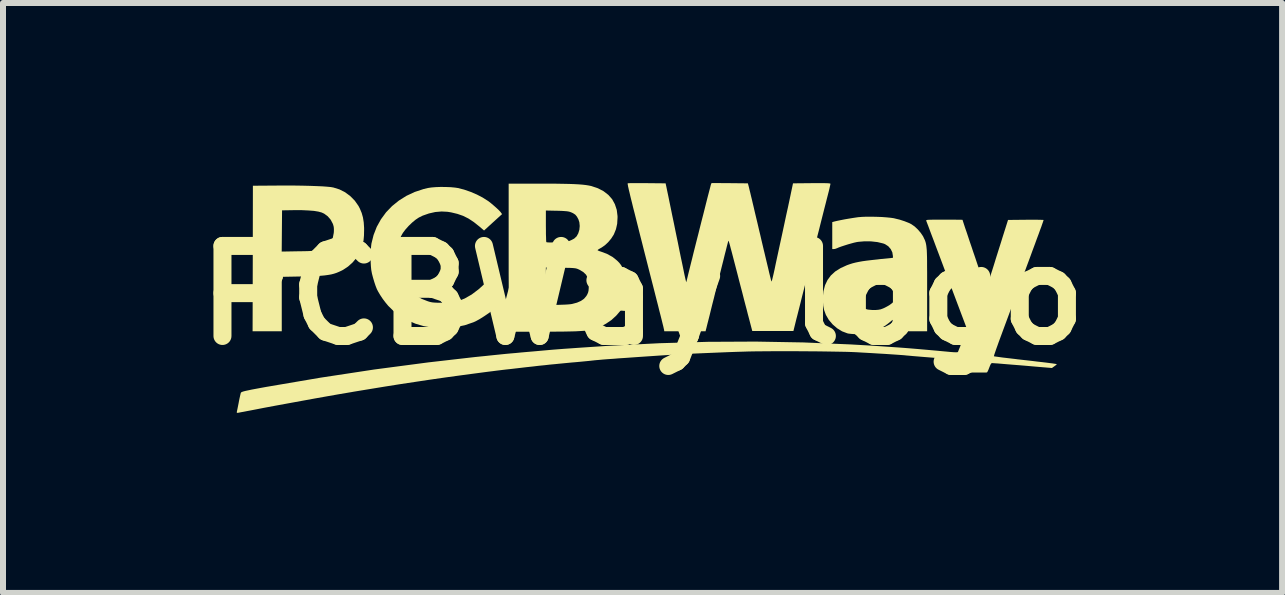
<source format=kicad_pcb>
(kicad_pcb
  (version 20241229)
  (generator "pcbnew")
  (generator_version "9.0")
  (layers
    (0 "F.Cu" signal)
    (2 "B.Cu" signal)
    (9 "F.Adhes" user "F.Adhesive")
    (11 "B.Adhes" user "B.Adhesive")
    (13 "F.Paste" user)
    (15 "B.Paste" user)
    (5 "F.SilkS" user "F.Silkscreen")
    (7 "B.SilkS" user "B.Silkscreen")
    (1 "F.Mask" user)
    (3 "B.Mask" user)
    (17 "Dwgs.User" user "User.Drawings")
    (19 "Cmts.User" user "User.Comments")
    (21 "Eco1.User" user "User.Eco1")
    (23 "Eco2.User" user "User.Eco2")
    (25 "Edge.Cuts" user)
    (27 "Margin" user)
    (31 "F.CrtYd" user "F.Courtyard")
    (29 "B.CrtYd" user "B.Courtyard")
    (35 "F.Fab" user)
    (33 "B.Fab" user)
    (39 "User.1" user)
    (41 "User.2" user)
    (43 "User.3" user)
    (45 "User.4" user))
  (footprint "PCBWay logo"
    (layer "F.Cu")
    (at 7.657 1.87)
    (property "Reference" "PCBWay logo" (at 0 0 0) (layer "F.SilkS") (effects (font (size 1.5 1.5) (thickness 0.3))))
    (attr board_only exclude_from_pos_files exclude_from_bom)
    (fp_poly (pts (xy -5.793 -1.828) (xy -5.662 -1.826) (xy -5.541 -1.823) (xy -5.433 -1.819) (xy -5.337 -1.815) (xy -5.257 -1.809) (xy -5.194 -1.803) (xy -5.15 -1.795) (xy -5.051 -1.764) (xy -4.956 -1.716) (xy -4.87 -1.652) (xy -4.795 -1.576) (xy -4.734 -1.489) (xy -4.711 -1.445) (xy -4.68 -1.371) (xy -4.659 -1.296) (xy -4.646 -1.215) (xy -4.64 -1.123) (xy -4.64 -1.085) (xy -4.642 -0.994) (xy -4.649 -0.917) (xy -4.662 -0.849) (xy -4.683 -0.783) (xy -4.712 -0.716) (xy -4.715 -0.71) (xy -4.765 -0.626) (xy -4.831 -0.547) (xy -4.908 -0.478) (xy -4.991 -0.423) (xy -5.012 -0.412) (xy -5.057 -0.391) (xy -5.1 -0.373) (xy -5.143 -0.359) (xy -5.19 -0.347) (xy -5.243 -0.338) (xy -5.303 -0.33) (xy -5.373 -0.324) (xy -5.457 -0.32) (xy -5.555 -0.317) (xy -5.67 -0.314) (xy -5.69 -0.313) (xy -6.012 -0.307) (xy -6.012 0.147) (xy -6.012 0.6) (xy -6.255 0.6) (xy -6.498 0.6) (xy -6.495 -0.613) (xy -6.495 -0.728) (xy -6.013 -0.728) (xy -5.73 -0.733) (xy -5.64 -0.734) (xy -5.568 -0.736) (xy -5.511 -0.739) (xy -5.466 -0.741) (xy -5.432 -0.745) (xy -5.405 -0.75) (xy -5.387 -0.754) (xy -5.308 -0.785) (xy -5.244 -0.829) (xy -5.195 -0.886) (xy -5.162 -0.955) (xy -5.146 -1.036) (xy -5.144 -1.055) (xy -5.143 -1.103) (xy -5.146 -1.139) (xy -5.155 -1.174) (xy -5.163 -1.195) (xy -5.197 -1.259) (xy -5.246 -1.316) (xy -5.306 -1.36) (xy -5.347 -1.379) (xy -5.402 -1.394) (xy -5.475 -1.406) (xy -5.566 -1.413) (xy -5.674 -1.418) (xy -5.799 -1.418) (xy -5.827 -1.418) (xy -6.007 -1.415) (xy -6.01 -1.071) (xy -6.013 -0.728) (xy -6.495 -0.728) (xy -6.493 -1.825) (xy -6.08 -1.828) (xy -5.933 -1.828)) (stroke (width 0) (type solid)) (fill yes) (layer "F.SilkS"))
    (fp_poly (pts (xy -3.279 -1.804) (xy -3.197 -1.801) (xy -3.124 -1.794) (xy -3.078 -1.787) (xy -2.975 -1.761) (xy -2.868 -1.724) (xy -2.762 -1.679) (xy -2.664 -1.628) (xy -2.579 -1.574) (xy -2.567 -1.566) (xy -2.52 -1.529) (xy -2.473 -1.489) (xy -2.429 -1.45) (xy -2.392 -1.415) (xy -2.367 -1.388) (xy -2.362 -1.381) (xy -2.341 -1.352) (xy -2.491 -1.216) (xy -2.641 -1.079) (xy -2.718 -1.145) (xy -2.811 -1.219) (xy -2.9 -1.278) (xy -2.99 -1.323) (xy -3.085 -1.356) (xy -3.189 -1.381) (xy -3.25 -1.391) (xy -3.348 -1.396) (xy -3.454 -1.387) (xy -3.56 -1.363) (xy -3.663 -1.327) (xy -3.728 -1.295) (xy -3.782 -1.259) (xy -3.84 -1.211) (xy -3.898 -1.155) (xy -3.95 -1.097) (xy -3.993 -1.04) (xy -4.013 -1.005) (xy -4.043 -0.946) (xy -4.064 -0.895) (xy -4.079 -0.847) (xy -4.089 -0.796) (xy -4.094 -0.737) (xy -4.096 -0.666) (xy -4.096 -0.625) (xy -4.096 -0.561) (xy -4.095 -0.512) (xy -4.092 -0.475) (xy -4.088 -0.445) (xy -4.082 -0.418) (xy -4.074 -0.389) (xy -4.07 -0.378) (xy -4.022 -0.265) (xy -3.958 -0.164) (xy -3.88 -0.075) (xy -3.787 -0.001) (xy -3.68 0.06) (xy -3.586 0.097) (xy -3.556 0.107) (xy -3.529 0.114) (xy -3.501 0.119) (xy -3.469 0.122) (xy -3.427 0.124) (xy -3.373 0.124) (xy -3.331 0.125) (xy -3.265 0.124) (xy -3.215 0.124) (xy -3.177 0.121) (xy -3.146 0.118) (xy -3.118 0.112) (xy -3.089 0.104) (xy -3.082 0.102) (xy -2.964 0.054) (xy -2.848 -0.012) (xy -2.734 -0.098) (xy -2.697 -0.131) (xy -2.638 -0.185) (xy -2.524 -0.065) (xy -2.484 -0.022) (xy -2.446 0.019) (xy -2.415 0.053) (xy -2.392 0.078) (xy -2.384 0.088) (xy -2.358 0.121) (xy -2.382 0.146) (xy -2.431 0.193) (xy -2.493 0.245) (xy -2.563 0.298) (xy -2.638 0.349) (xy -2.711 0.395) (xy -2.778 0.432) (xy -2.818 0.45) (xy -2.961 0.499) (xy -3.113 0.531) (xy -3.272 0.547) (xy -3.437 0.545) (xy -3.504 0.539) (xy -3.645 0.515) (xy -3.784 0.474) (xy -3.916 0.417) (xy -4.039 0.345) (xy -4.151 0.261) (xy -4.237 0.177) (xy -4.282 0.123) (xy -4.329 0.061) (xy -4.372 -0.004) (xy -4.408 -0.065) (xy -4.427 -0.102) (xy -4.448 -0.155) (xy -4.47 -0.221) (xy -4.491 -0.292) (xy -4.509 -0.36) (xy -4.52 -0.419) (xy -4.521 -0.425) (xy -4.526 -0.476) (xy -4.53 -0.541) (xy -4.531 -0.613) (xy -4.53 -0.687) (xy -4.528 -0.757) (xy -4.523 -0.818) (xy -4.518 -0.86) (xy -4.482 -1.004) (xy -4.429 -1.14) (xy -4.359 -1.266) (xy -4.274 -1.382) (xy -4.174 -1.486) (xy -4.06 -1.578) (xy -3.934 -1.657) (xy -3.797 -1.721) (xy -3.649 -1.77) (xy -3.579 -1.787) (xy -3.519 -1.796) (xy -3.446 -1.802) (xy -3.364 -1.805)) (stroke (width 0) (type solid)) (fill yes) (layer "F.SilkS"))
    (fp_poly (pts (xy 3.902 -1.307) (xy 3.987 -1.304) (xy 4.067 -1.298) (xy 4.137 -1.291) (xy 4.192 -1.283) (xy 4.197 -1.281) (xy 4.284 -1.26) (xy 4.364 -1.234) (xy 4.433 -1.207) (xy 4.481 -1.183) (xy 4.534 -1.146) (xy 4.587 -1.096) (xy 4.635 -1.04) (xy 4.673 -0.984) (xy 4.68 -0.97) (xy 4.691 -0.946) (xy 4.702 -0.924) (xy 4.71 -0.903) (xy 4.717 -0.881) (xy 4.723 -0.856) (xy 4.728 -0.828) (xy 4.732 -0.793) (xy 4.736 -0.752) (xy 4.738 -0.702) (xy 4.74 -0.641) (xy 4.741 -0.569) (xy 4.741 -0.484) (xy 4.742 -0.383) (xy 4.742 -0.266) (xy 4.742 -0.131) (xy 4.742 -0.093) (xy 4.742 0.6) (xy 4.457 0.6) (xy 4.172 0.6) (xy 4.17 0.505) (xy 4.167 0.409) (xy 4.092 0.471) (xy 4.039 0.51) (xy 3.976 0.548) (xy 3.91 0.584) (xy 3.844 0.613) (xy 3.786 0.633) (xy 3.763 0.639) (xy 3.721 0.645) (xy 3.666 0.648) (xy 3.604 0.649) (xy 3.541 0.648) (xy 3.482 0.644) (xy 3.434 0.639) (xy 3.412 0.634) (xy 3.325 0.601) (xy 3.242 0.55) (xy 3.168 0.486) (xy 3.104 0.411) (xy 3.055 0.327) (xy 3.025 0.246) (xy 3.011 0.176) (xy 3.005 0.095) (xy 3.006 0.023) (xy 3.592 0.023) (xy 3.597 0.092) (xy 3.616 0.148) (xy 3.648 0.191) (xy 3.694 0.221) (xy 3.755 0.239) (xy 3.832 0.246) (xy 3.879 0.246) (xy 3.928 0.242) (xy 3.966 0.235) (xy 4.005 0.221) (xy 4.034 0.208) (xy 4.074 0.187) (xy 4.111 0.166) (xy 4.137 0.147) (xy 4.139 0.146) (xy 4.172 0.118) (xy 4.172 -0.077) (xy 4.172 -0.272) (xy 4.094 -0.265) (xy 4.021 -0.257) (xy 3.947 -0.246) (xy 3.876 -0.233) (xy 3.813 -0.219) (xy 3.763 -0.205) (xy 3.749 -0.2) (xy 3.685 -0.169) (xy 3.639 -0.131) (xy 3.609 -0.082) (xy 3.594 -0.022) (xy 3.592 0.023) (xy 3.006 0.023) (xy 3.006 0.011) (xy 3.014 -0.066) (xy 3.015 -0.07) (xy 3.041 -0.168) (xy 3.082 -0.254) (xy 3.138 -0.33) (xy 3.21 -0.396) (xy 3.299 -0.452) (xy 3.406 -0.501) (xy 3.457 -0.519) (xy 3.502 -0.533) (xy 3.55 -0.545) (xy 3.603 -0.556) (xy 3.664 -0.567) (xy 3.736 -0.577) (xy 3.821 -0.587) (xy 3.923 -0.598) (xy 3.954 -0.602) (xy 4.172 -0.624) (xy 4.172 -0.653) (xy 4.162 -0.715) (xy 4.135 -0.77) (xy 4.094 -0.817) (xy 4.04 -0.852) (xy 4.011 -0.863) (xy 3.915 -0.886) (xy 3.808 -0.898) (xy 3.698 -0.899) (xy 3.592 -0.89) (xy 3.563 -0.885) (xy 3.523 -0.876) (xy 3.472 -0.862) (xy 3.416 -0.846) (xy 3.36 -0.828) (xy 3.308 -0.811) (xy 3.265 -0.795) (xy 3.236 -0.782) (xy 3.234 -0.782) (xy 3.207 -0.772) (xy 3.187 -0.77) (xy 3.161 -0.77) (xy 3.161 -0.995) (xy 3.161 -1.219) (xy 3.201 -1.23) (xy 3.244 -1.24) (xy 3.302 -1.252) (xy 3.368 -1.265) (xy 3.438 -1.277) (xy 3.506 -1.288) (xy 3.566 -1.297) (xy 3.594 -1.301) (xy 3.657 -1.306) (xy 3.732 -1.309) (xy 3.815 -1.309)) (stroke (width 0) (type solid)) (fill yes) (layer "F.SilkS"))
    (fp_poly (pts (xy -1.718 -1.86) (xy -1.568 -1.86) (xy -1.436 -1.859) (xy -1.322 -1.857) (xy -1.222 -1.855) (xy -1.137 -1.852) (xy -1.064 -1.848) (xy -1.001 -1.843) (xy -0.948 -1.837) (xy -0.903 -1.83) (xy -0.863 -1.822) (xy -0.854 -1.82) (xy -0.744 -1.783) (xy -0.65 -1.734) (xy -0.571 -1.673) (xy -0.507 -1.601) (xy -0.461 -1.517) (xy -0.43 -1.423) (xy -0.417 -1.319) (xy -0.417 -1.29) (xy -0.423 -1.19) (xy -0.443 -1.101) (xy -0.477 -1.017) (xy -0.483 -1.006) (xy -0.522 -0.945) (xy -0.572 -0.885) (xy -0.628 -0.833) (xy -0.684 -0.794) (xy -0.69 -0.791) (xy -0.72 -0.774) (xy -0.742 -0.76) (xy -0.75 -0.751) (xy -0.75 -0.751) (xy -0.741 -0.745) (xy -0.718 -0.735) (xy -0.69 -0.726) (xy -0.593 -0.69) (xy -0.501 -0.639) (xy -0.426 -0.579) (xy -0.388 -0.541) (xy -0.358 -0.502) (xy -0.334 -0.46) (xy -0.316 -0.412) (xy -0.303 -0.356) (xy -0.296 -0.289) (xy -0.292 -0.208) (xy -0.291 -0.112) (xy -0.292 -0.064) (xy -0.293 0.002) (xy -0.295 0.052) (xy -0.297 0.089) (xy -0.3 0.116) (xy -0.305 0.138) (xy -0.311 0.156) (xy -0.32 0.176) (xy -0.322 0.18) (xy -0.372 0.262) (xy -0.439 0.34) (xy -0.518 0.412) (xy -0.606 0.472) (xy -0.655 0.499) (xy -0.695 0.519) (xy -0.732 0.535) (xy -0.768 0.55) (xy -0.804 0.562) (xy -0.842 0.572) (xy -0.884 0.581) (xy -0.931 0.588) (xy -0.986 0.593) (xy -1.049 0.597) (xy -1.123 0.601) (xy -1.21 0.603) (xy -1.311 0.605) (xy -1.428 0.606) (xy -1.563 0.607) (xy -1.616 0.607) (xy -1.724 0.608) (xy -1.825 0.608) (xy -1.919 0.608) (xy -2.004 0.608) (xy -2.077 0.608) (xy -2.138 0.607) (xy -2.184 0.606) (xy -2.213 0.605) (xy -2.223 0.604) (xy -2.224 0.593) (xy -2.225 0.564) (xy -2.226 0.517) (xy -2.227 0.453) (xy -2.228 0.375) (xy -2.228 0.282) (xy -2.229 0.177) (xy -2.23 0.06) (xy -2.23 -0.067) (xy -2.23 -0.158) (xy -1.611 -0.158) (xy -1.61 -0.081) (xy -1.61 -0.012) (xy -1.609 0.049) (xy -1.608 0.098) (xy -1.606 0.133) (xy -1.605 0.151) (xy -1.604 0.153) (xy -1.59 0.157) (xy -1.56 0.159) (xy -1.518 0.161) (xy -1.466 0.161) (xy -1.409 0.16) (xy -1.351 0.158) (xy -1.294 0.156) (xy -1.243 0.153) (xy -1.201 0.149) (xy -1.175 0.145) (xy -1.092 0.123) (xy -1.026 0.094) (xy -0.975 0.058) (xy -0.936 0.012) (xy -0.919 -0.018) (xy -0.907 -0.047) (xy -0.9 -0.078) (xy -0.897 -0.117) (xy -0.896 -0.155) (xy -0.9 -0.232) (xy -0.915 -0.293) (xy -0.942 -0.343) (xy -0.984 -0.384) (xy -1.042 -0.42) (xy -1.06 -0.429) (xy -1.078 -0.437) (xy -1.094 -0.443) (xy -1.113 -0.448) (xy -1.135 -0.451) (xy -1.166 -0.454) (xy -1.206 -0.456) (xy -1.26 -0.457) (xy -1.329 -0.458) (xy -1.363 -0.458) (xy -1.611 -0.462) (xy -1.611 -0.158) (xy -2.23 -0.158) (xy -2.23 -0.202) (xy -2.231 -0.346) (xy -2.231 -0.497) (xy -2.231 -0.632) (xy -2.231 -1.153) (xy -1.611 -1.153) (xy -1.61 -1.082) (xy -1.61 -1.019) (xy -1.608 -0.965) (xy -1.607 -0.922) (xy -1.605 -0.895) (xy -1.603 -0.885) (xy -1.59 -0.882) (xy -1.56 -0.88) (xy -1.518 -0.88) (xy -1.469 -0.881) (xy -1.415 -0.884) (xy -1.36 -0.887) (xy -1.309 -0.892) (xy -1.265 -0.896) (xy -1.233 -0.902) (xy -1.22 -0.905) (xy -1.183 -0.921) (xy -1.145 -0.941) (xy -1.137 -0.946) (xy -1.099 -0.982) (xy -1.071 -1.032) (xy -1.053 -1.091) (xy -1.047 -1.154) (xy -1.053 -1.216) (xy -1.069 -1.265) (xy -1.094 -1.311) (xy -1.122 -1.344) (xy -1.159 -1.368) (xy -1.19 -1.382) (xy -1.212 -1.39) (xy -1.236 -1.396) (xy -1.265 -1.4) (xy -1.302 -1.403) (xy -1.351 -1.406) (xy -1.415 -1.408) (xy -1.428 -1.408) (xy -1.611 -1.412) (xy -1.611 -1.153) (xy -2.231 -1.153) (xy -2.231 -1.86)) (stroke (width 0) (type solid)) (fill yes) (layer "F.SilkS"))
    (fp_poly (pts (xy 1.453 -1.868) (xy 1.755 -1.865) (xy 1.767 -1.82) (xy 1.773 -1.797) (xy 1.782 -1.758) (xy 1.795 -1.707) (xy 1.809 -1.647) (xy 1.825 -1.582) (xy 1.831 -1.555) (xy 1.85 -1.476) (xy 1.87 -1.389) (xy 1.891 -1.301) (xy 1.911 -1.218) (xy 1.927 -1.15) (xy 1.942 -1.085) (xy 1.961 -1.007) (xy 1.981 -0.92) (xy 2.002 -0.831) (xy 2.022 -0.746) (xy 2.031 -0.71) (xy 2.057 -0.6) (xy 2.079 -0.508) (xy 2.097 -0.433) (xy 2.111 -0.372) (xy 2.123 -0.324) (xy 2.132 -0.288) (xy 2.138 -0.263) (xy 2.143 -0.246) (xy 2.147 -0.235) (xy 2.149 -0.231) (xy 2.151 -0.23) (xy 2.154 -0.239) (xy 2.161 -0.265) (xy 2.171 -0.305) (xy 2.183 -0.356) (xy 2.196 -0.414) (xy 2.199 -0.427) (xy 2.215 -0.505) (xy 2.234 -0.594) (xy 2.254 -0.686) (xy 2.273 -0.774) (xy 2.285 -0.83) (xy 2.326 -1.018) (xy 2.362 -1.186) (xy 2.394 -1.336) (xy 2.423 -1.467) (xy 2.447 -1.58) (xy 2.467 -1.675) (xy 2.47 -1.69) (xy 2.507 -1.865) (xy 2.819 -1.868) (xy 2.91 -1.868) (xy 2.982 -1.868) (xy 3.038 -1.868) (xy 3.079 -1.867) (xy 3.107 -1.865) (xy 3.124 -1.862) (xy 3.131 -1.859) (xy 3.131 -1.858) (xy 3.129 -1.844) (xy 3.122 -1.814) (xy 3.113 -1.773) (xy 3.101 -1.724) (xy 3.096 -1.705) (xy 3.085 -1.662) (xy 3.07 -1.604) (xy 3.052 -1.532) (xy 3.031 -1.451) (xy 3.009 -1.364) (xy 2.986 -1.273) (xy 2.965 -1.19) (xy 2.943 -1.101) (xy 2.916 -0.997) (xy 2.887 -0.881) (xy 2.856 -0.758) (xy 2.824 -0.632) (xy 2.792 -0.507) (xy 2.761 -0.386) (xy 2.739 -0.3) (xy 2.713 -0.194) (xy 2.686 -0.088) (xy 2.659 0.016) (xy 2.635 0.114) (xy 2.612 0.205) (xy 2.592 0.284) (xy 2.575 0.351) (xy 2.562 0.4) (xy 2.561 0.405) (xy 2.514 0.595) (xy 2.171 0.595) (xy 1.828 0.595) (xy 1.769 0.37) (xy 1.754 0.314) (xy 1.736 0.242) (xy 1.713 0.156) (xy 1.688 0.06) (xy 1.662 -0.043) (xy 1.634 -0.149) (xy 1.606 -0.257) (xy 1.581 -0.355) (xy 1.55 -0.474) (xy 1.524 -0.574) (xy 1.502 -0.659) (xy 1.484 -0.728) (xy 1.469 -0.783) (xy 1.458 -0.826) (xy 1.449 -0.859) (xy 1.442 -0.881) (xy 1.437 -0.896) (xy 1.434 -0.904) (xy 1.432 -0.907) (xy 1.43 -0.906) (xy 1.428 -0.903) (xy 1.427 -0.9) (xy 1.424 -0.888) (xy 1.416 -0.858) (xy 1.404 -0.812) (xy 1.389 -0.751) (xy 1.37 -0.678) (xy 1.349 -0.592) (xy 1.325 -0.497) (xy 1.299 -0.393) (xy 1.271 -0.282) (xy 1.245 -0.18) (xy 1.216 -0.064) (xy 1.189 0.047) (xy 1.162 0.152) (xy 1.138 0.249) (xy 1.117 0.335) (xy 1.098 0.41) (xy 1.082 0.472) (xy 1.07 0.52) (xy 1.063 0.55) (xy 1.059 0.562) (xy 1.05 0.6) (xy 0.706 0.6) (xy 0.362 0.6) (xy 0.358 0.573) (xy 0.354 0.557) (xy 0.347 0.525) (xy 0.335 0.477) (xy 0.32 0.416) (xy 0.302 0.344) (xy 0.281 0.263) (xy 0.259 0.174) (xy 0.236 0.085) (xy 0.178 -0.144) (xy 0.124 -0.354) (xy 0.075 -0.547) (xy 0.03 -0.723) (xy -0.01 -0.882) (xy -0.047 -1.026) (xy -0.079 -1.155) (xy -0.108 -1.27) (xy -0.134 -1.373) (xy -0.157 -1.462) (xy -0.176 -1.541) (xy -0.193 -1.608) (xy -0.207 -1.666) (xy -0.218 -1.714) (xy -0.228 -1.754) (xy -0.235 -1.787) (xy -0.241 -1.812) (xy -0.244 -1.832) (xy -0.247 -1.846) (xy -0.248 -1.856) (xy -0.248 -1.862) (xy -0.247 -1.865) (xy -0.246 -1.866) (xy -0.234 -1.867) (xy -0.204 -1.868) (xy -0.159 -1.868) (xy -0.101 -1.868) (xy -0.034 -1.868) (xy 0.04 -1.868) (xy 0.075 -1.868) (xy 0.384 -1.865) (xy 0.396 -1.81) (xy 0.403 -1.776) (xy 0.414 -1.723) (xy 0.429 -1.652) (xy 0.447 -1.563) (xy 0.469 -1.457) (xy 0.494 -1.334) (xy 0.523 -1.196) (xy 0.554 -1.043) (xy 0.589 -0.875) (xy 0.615 -0.745) (xy 0.64 -0.623) (xy 0.662 -0.52) (xy 0.68 -0.433) (xy 0.694 -0.363) (xy 0.706 -0.308) (xy 0.715 -0.268) (xy 0.722 -0.239) (xy 0.727 -0.223) (xy 0.729 -0.217) (xy 0.73 -0.221) (xy 0.73 -0.222) (xy 0.733 -0.234) (xy 0.74 -0.263) (xy 0.751 -0.308) (xy 0.765 -0.367) (xy 0.783 -0.438) (xy 0.803 -0.52) (xy 0.826 -0.611) (xy 0.85 -0.709) (xy 0.876 -0.812) (xy 0.903 -0.919) (xy 0.931 -1.028) (xy 0.958 -1.137) (xy 0.985 -1.244) (xy 1.012 -1.348) (xy 1.037 -1.447) (xy 1.06 -1.539) (xy 1.081 -1.622) (xy 1.1 -1.695) (xy 1.116 -1.756) (xy 1.128 -1.802) (xy 1.136 -1.834) (xy 1.14 -1.847) (xy 1.14 -1.848) (xy 1.15 -1.87)) (stroke (width 0) (type solid)) (fill yes) (layer "F.SilkS"))
    (fp_poly (pts (xy 5.102 -1.26) (xy 5.171 -1.26) (xy 5.231 -1.259) (xy 5.279 -1.258) (xy 5.313 -1.258) (xy 5.33 -1.257) (xy 5.332 -1.256) (xy 5.335 -1.246) (xy 5.344 -1.218) (xy 5.358 -1.175) (xy 5.376 -1.12) (xy 5.399 -1.054) (xy 5.424 -0.979) (xy 5.451 -0.897) (xy 5.481 -0.81) (xy 5.511 -0.72) (xy 5.542 -0.63) (xy 5.572 -0.54) (xy 5.601 -0.454) (xy 5.629 -0.373) (xy 5.654 -0.299) (xy 5.676 -0.234) (xy 5.695 -0.181) (xy 5.709 -0.141) (xy 5.718 -0.116) (xy 5.721 -0.108) (xy 5.725 -0.116) (xy 5.735 -0.14) (xy 5.749 -0.181) (xy 5.767 -0.234) (xy 5.788 -0.299) (xy 5.813 -0.374) (xy 5.839 -0.456) (xy 5.857 -0.513) (xy 5.886 -0.608) (xy 5.916 -0.703) (xy 5.945 -0.795) (xy 5.973 -0.883) (xy 5.997 -0.961) (xy 6.018 -1.027) (xy 6.034 -1.078) (xy 6.038 -1.09) (xy 6.09 -1.255) (xy 6.387 -1.258) (xy 6.461 -1.258) (xy 6.529 -1.258) (xy 6.587 -1.258) (xy 6.634 -1.257) (xy 6.666 -1.256) (xy 6.682 -1.255) (xy 6.683 -1.254) (xy 6.681 -1.249) (xy 6.677 -1.236) (xy 6.67 -1.215) (xy 6.659 -1.184) (xy 6.645 -1.143) (xy 6.625 -1.09) (xy 6.601 -1.023) (xy 6.571 -0.943) (xy 6.536 -0.847) (xy 6.494 -0.734) (xy 6.458 -0.635) (xy 6.401 -0.482) (xy 6.344 -0.328) (xy 6.286 -0.171) (xy 6.226 -0.008) (xy 6.163 0.162) (xy 6.096 0.344) (xy 6.024 0.538) (xy 5.946 0.749) (xy 5.937 0.773) (xy 5.914 0.838) (xy 5.893 0.896) (xy 5.876 0.946) (xy 5.863 0.984) (xy 5.856 1.009) (xy 5.855 1.016) (xy 5.866 1.019) (xy 5.895 1.023) (xy 5.939 1.029) (xy 5.996 1.037) (xy 6.065 1.045) (xy 6.142 1.054) (xy 6.226 1.064) (xy 6.239 1.066) (xy 6.372 1.081) (xy 6.487 1.094) (xy 6.584 1.106) (xy 6.665 1.115) (xy 6.732 1.123) (xy 6.785 1.13) (xy 6.827 1.135) (xy 6.858 1.14) (xy 6.879 1.143) (xy 6.893 1.146) (xy 6.901 1.148) (xy 6.903 1.149) (xy 6.895 1.158) (xy 6.876 1.173) (xy 6.862 1.183) (xy 6.822 1.212) (xy 6.69 1.201) (xy 6.535 1.188) (xy 6.399 1.176) (xy 6.28 1.166) (xy 6.178 1.158) (xy 6.092 1.151) (xy 6.02 1.145) (xy 5.961 1.14) (xy 5.914 1.136) (xy 5.879 1.134) (xy 5.853 1.132) (xy 5.836 1.131) (xy 5.827 1.13) (xy 5.826 1.13) (xy 5.814 1.133) (xy 5.803 1.146) (xy 5.791 1.171) (xy 5.777 1.206) (xy 5.763 1.242) (xy 5.75 1.27) (xy 5.74 1.285) (xy 5.738 1.286) (xy 5.726 1.287) (xy 5.696 1.288) (xy 5.651 1.288) (xy 5.594 1.288) (xy 5.527 1.288) (xy 5.453 1.288) (xy 5.426 1.288) (xy 5.124 1.285) (xy 5.164 1.182) (xy 5.18 1.14) (xy 5.192 1.105) (xy 5.199 1.082) (xy 5.2 1.074) (xy 5.189 1.072) (xy 5.161 1.069) (xy 5.117 1.065) (xy 5.06 1.06) (xy 4.992 1.054) (xy 4.916 1.047) (xy 4.836 1.04) (xy 4.748 1.033) (xy 4.661 1.026) (xy 4.578 1.019) (xy 4.504 1.013) (xy 4.441 1.007) (xy 4.392 1.003) (xy 4.367 1) (xy 4.315 0.996) (xy 4.245 0.991) (xy 4.157 0.985) (xy 4.053 0.978) (xy 3.935 0.971) (xy 3.804 0.963) (xy 3.661 0.955) (xy 3.561 0.949) (xy 3.492 0.946) (xy 3.406 0.943) (xy 3.304 0.941) (xy 3.189 0.939) (xy 3.064 0.937) (xy 2.931 0.935) (xy 2.791 0.934) (xy 2.649 0.933) (xy 2.506 0.932) (xy 2.364 0.932) (xy 2.225 0.932) (xy 2.093 0.933) (xy 1.97 0.934) (xy 1.857 0.935) (xy 1.758 0.937) (xy 1.701 0.939) (xy 1.566 0.943) (xy 1.424 0.948) (xy 1.278 0.954) (xy 1.133 0.96) (xy 0.99 0.966) (xy 0.854 0.972) (xy 0.728 0.978) (xy 0.615 0.984) (xy 0.519 0.99) (xy 0.51 0.99) (xy 0.404 0.997) (xy 0.292 1.004) (xy 0.176 1.012) (xy 0.058 1.02) (xy -0.06 1.028) (xy -0.175 1.036) (xy -0.287 1.044) (xy -0.394 1.051) (xy -0.492 1.059) (xy -0.581 1.065) (xy -0.659 1.071) (xy -0.723 1.077) (xy -0.771 1.081) (xy -0.803 1.084) (xy -0.81 1.085) (xy -0.829 1.087) (xy -0.864 1.091) (xy -0.914 1.096) (xy -0.976 1.102) (xy -1.048 1.109) (xy -1.126 1.116) (xy -1.175 1.12) (xy -1.279 1.13) (xy -1.374 1.139) (xy -1.463 1.148) (xy -1.549 1.156) (xy -1.637 1.166) (xy -1.729 1.175) (xy -1.829 1.187) (xy -1.941 1.199) (xy -2.068 1.214) (xy -2.121 1.22) (xy -2.197 1.229) (xy -2.264 1.236) (xy -2.324 1.243) (xy -2.381 1.25) (xy -2.438 1.257) (xy -2.499 1.265) (xy -2.565 1.273) (xy -2.642 1.283) (xy -2.732 1.295) (xy -2.838 1.309) (xy -2.846 1.31) (xy -3.063 1.339) (xy -3.295 1.371) (xy -3.539 1.406) (xy -3.792 1.444) (xy -4.05 1.483) (xy -4.308 1.524) (xy -4.564 1.566) (xy -4.814 1.607) (xy -4.852 1.614) (xy -5.042 1.646) (xy -5.247 1.682) (xy -5.461 1.72) (xy -5.68 1.76) (xy -5.899 1.8) (xy -6.112 1.839) (xy -6.315 1.877) (xy -6.458 1.905) (xy -6.526 1.918) (xy -6.59 1.93) (xy -6.646 1.941) (xy -6.691 1.949) (xy -6.721 1.955) (xy -6.732 1.957) (xy -6.754 1.96) (xy -6.762 1.955) (xy -6.76 1.94) (xy -6.76 1.939) (xy -6.756 1.921) (xy -6.749 1.887) (xy -6.74 1.842) (xy -6.73 1.792) (xy -6.728 1.78) (xy -6.718 1.729) (xy -6.708 1.684) (xy -6.7 1.649) (xy -6.695 1.628) (xy -6.694 1.626) (xy -6.69 1.62) (xy -6.681 1.614) (xy -6.667 1.608) (xy -6.645 1.601) (xy -6.613 1.593) (xy -6.57 1.584) (xy -6.514 1.572) (xy -6.444 1.559) (xy -6.358 1.543) (xy -6.253 1.524) (xy -6.252 1.524) (xy -5.365 1.373) (xy -4.47 1.237) (xy -3.573 1.119) (xy -2.886 1.04) (xy -2.788 1.029) (xy -2.7 1.02) (xy -2.62 1.012) (xy -2.546 1.004) (xy -2.477 0.997) (xy -2.409 0.99) (xy -2.34 0.983) (xy -2.27 0.976) (xy -2.194 0.969) (xy -2.111 0.962) (xy -2.019 0.953) (xy -1.916 0.944) (xy -1.799 0.934) (xy -1.666 0.922) (xy -1.531 0.91) (xy -1.471 0.905) (xy -1.394 0.899) (xy -1.303 0.892) (xy -1.2 0.885) (xy -1.089 0.877) (xy -0.971 0.869) (xy -0.85 0.861) (xy -0.729 0.853) (xy -0.61 0.845) (xy -0.525 0.84) (xy 0.284 0.799) (xy 1.087 0.776) (xy 1.885 0.772) (xy 2.677 0.786) (xy 3.461 0.819) (xy 3.741 0.835) (xy 3.93 0.847) (xy 4.103 0.859) (xy 4.266 0.87) (xy 4.423 0.882) (xy 4.579 0.895) (xy 4.739 0.909) (xy 4.907 0.924) (xy 5.057 0.938) (xy 5.131 0.945) (xy 5.186 0.949) (xy 5.224 0.95) (xy 5.246 0.949) (xy 5.254 0.946) (xy 5.26 0.934) (xy 5.271 0.906) (xy 5.288 0.865) (xy 5.307 0.815) (xy 5.329 0.758) (xy 5.333 0.748) (xy 5.405 0.56) (xy 5.069 -0.332) (xy 5.021 -0.46) (xy 4.975 -0.583) (xy 4.931 -0.7) (xy 4.89 -0.808) (xy 4.853 -0.908) (xy 4.819 -0.997) (xy 4.79 -1.074) (xy 4.766 -1.139) (xy 4.747 -1.189) (xy 4.734 -1.223) (xy 4.727 -1.241) (xy 4.727 -1.242) (xy 4.726 -1.247) (xy 4.729 -1.251) (xy 4.737 -1.254) (xy 4.754 -1.257) (xy 4.781 -1.258) (xy 4.819 -1.259) (xy 4.872 -1.26) (xy 4.941 -1.26) (xy 5.026 -1.26)) (stroke (width 0) (type solid)) (fill yes) (layer "F.SilkS")))
  (gr_rect
    (start -3 -3)
    (end 18.314 6.83)
    (stroke (width 0.1) (type default))
    (fill no)
    (layer "Edge.Cuts")))
</source>
